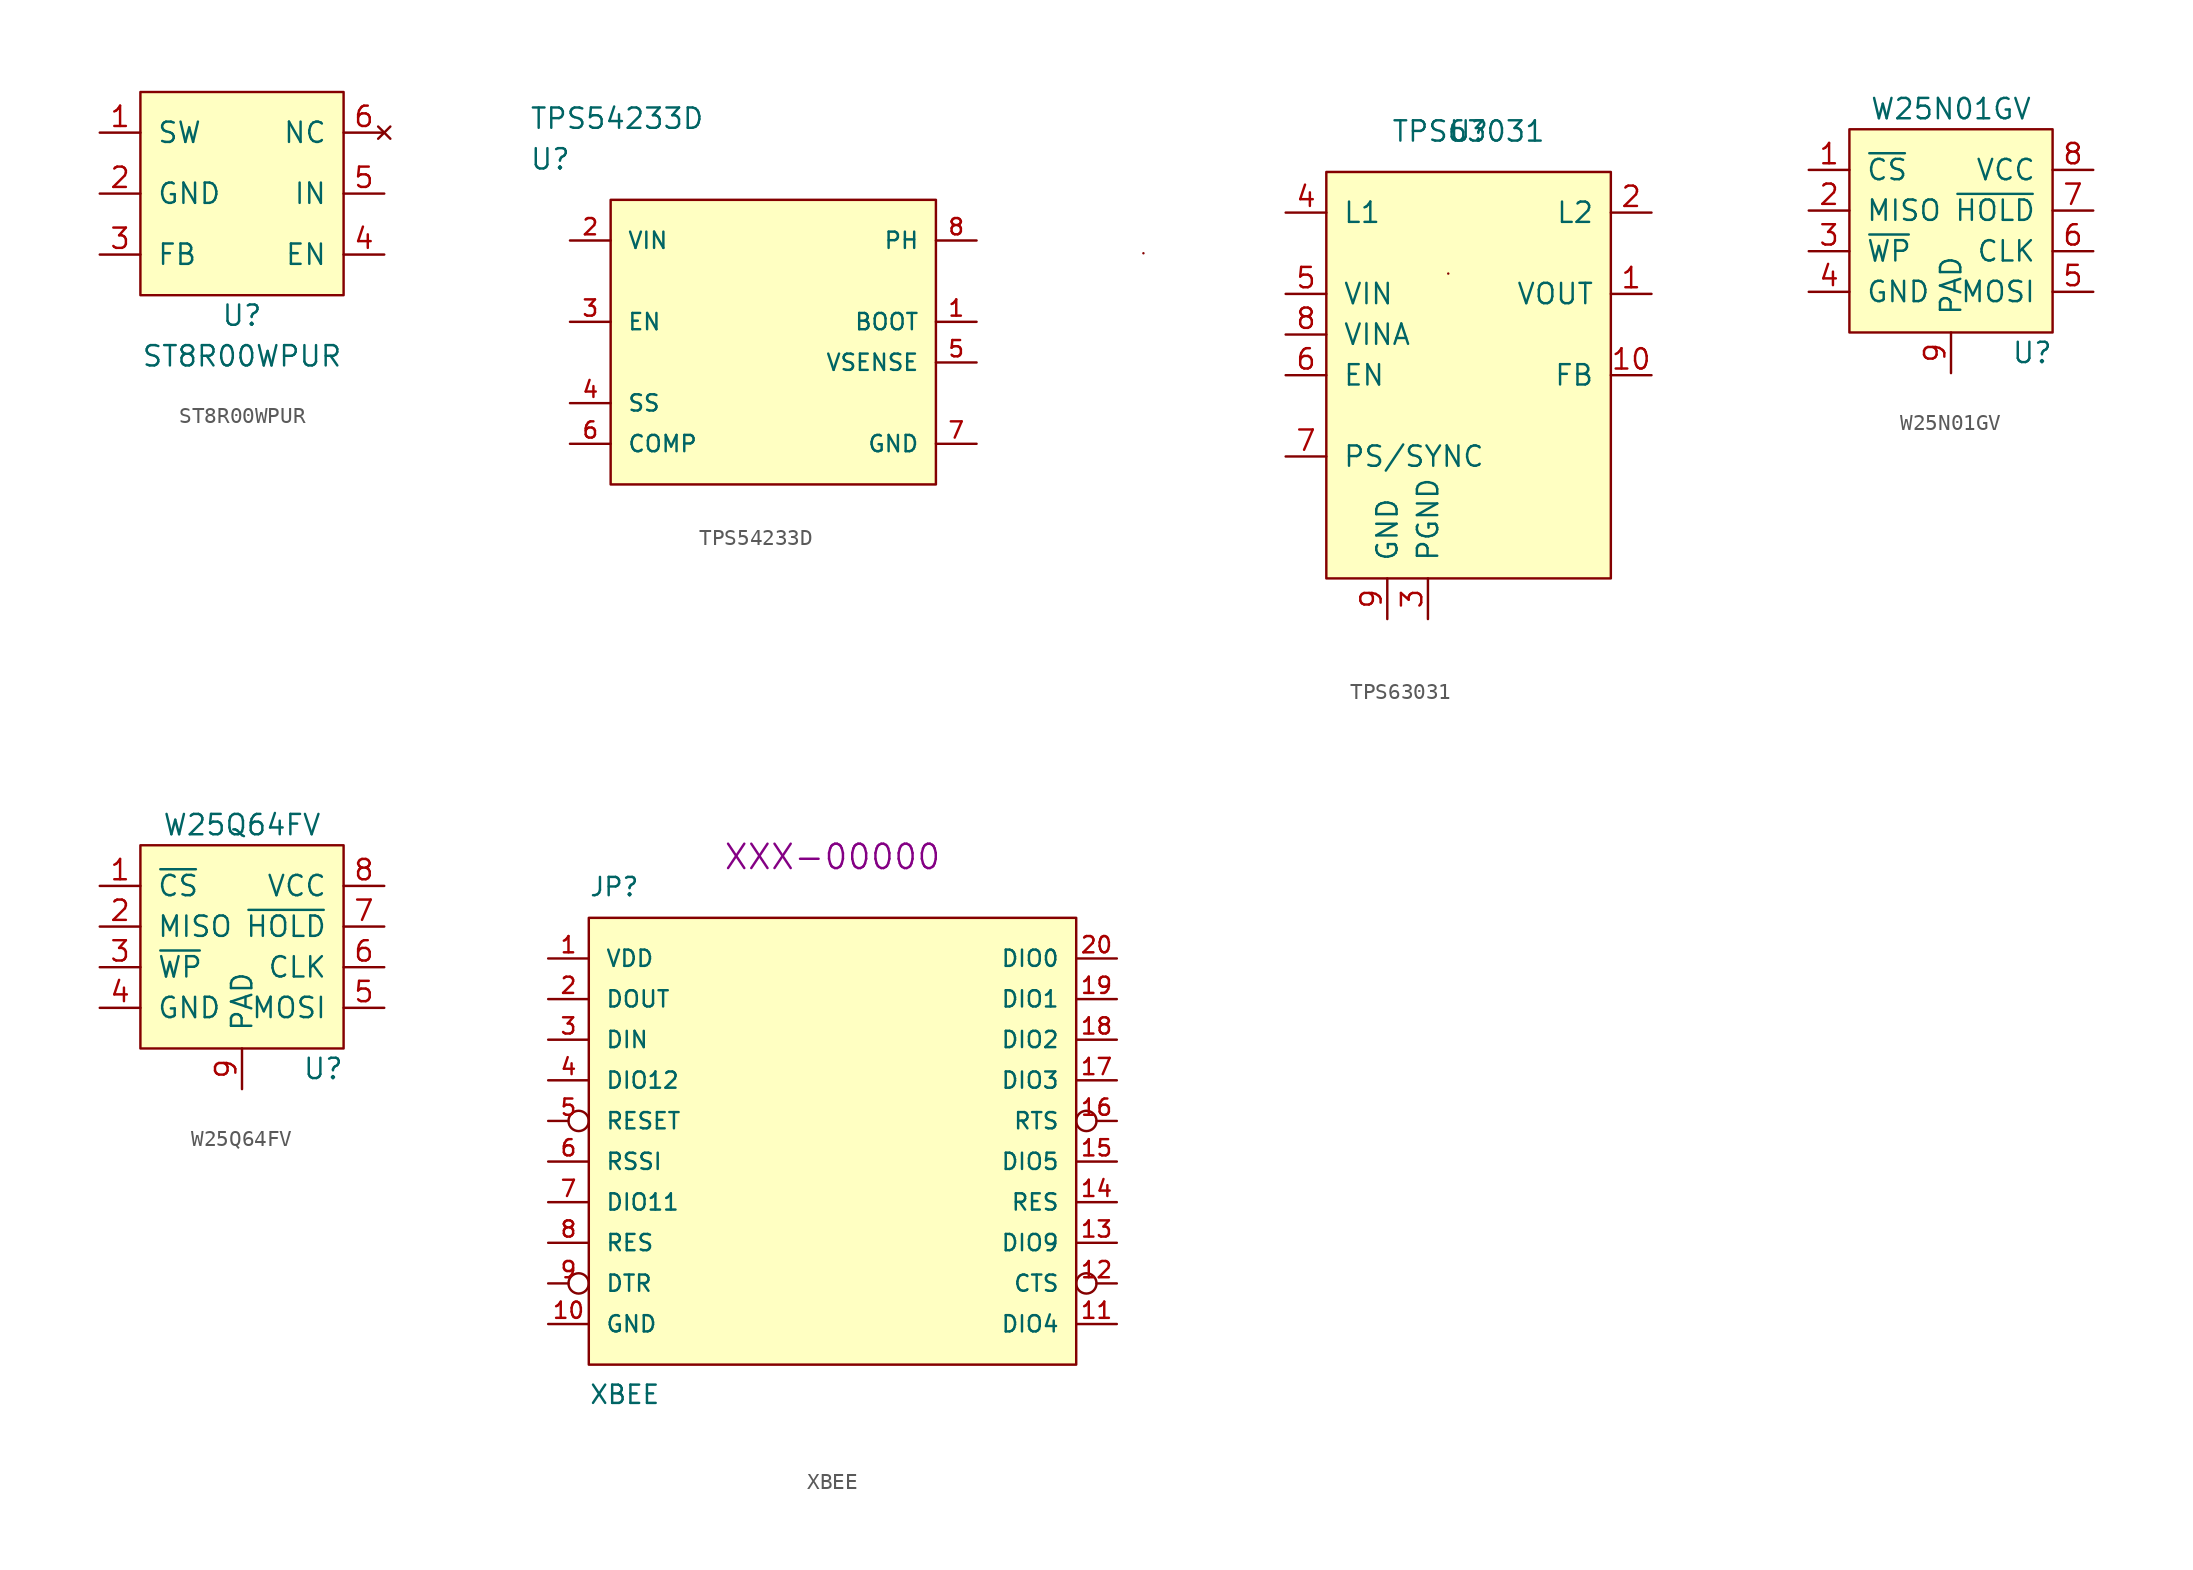
<source format=kicad_sym>
(kicad_symbol_lib
  (version 20211014)
  (generator kicad_symbol_editor)
  (symbol "ST8R00WPUR"
    (pin_names
      (offset 1.016))
    (property "Reference" "U"
      (at 0 -1.27 0)
      (effects (font (size 1.27 1.27))))
    (property "Value" "ST8R00WPUR"
      (at 0 -3.81 0)
      (effects (font (size 1.27 1.27))))
    (symbol "ST8R00WPUR_0_1"
      (rectangle (start -6.35 12.7) (end 6.35 0) (stroke (width 0) (type default) (color 0 0 0 0)) (fill (type background))))
    (symbol "ST8R00WPUR_1_1"
      (pin output line (at -8.89 10.16 0) (length 2.54) (name "SW" (effects (font (size 1.27 1.27)))) (number "1" (effects (font (size 1.27 1.27)))))
      (pin output line (at -8.89 6.35 0) (length 2.54) (name "GND" (effects (font (size 1.27 1.27)))) (number "2" (effects (font (size 1.27 1.27)))))
      (pin output line (at -8.89 2.54 0) (length 2.54) (name "FB" (effects (font (size 1.27 1.27)))) (number "3" (effects (font (size 1.27 1.27)))))
      (pin input line (at 8.89 2.54 180) (length 2.54) (name "EN" (effects (font (size 1.27 1.27)))) (number "4" (effects (font (size 1.27 1.27)))))
      (pin input line (at 8.89 6.35 180) (length 2.54) (name "IN" (effects (font (size 1.27 1.27)))) (number "5" (effects (font (size 1.27 1.27)))))
      (pin no_connect line (at 8.89 10.16 180) (length 2.54) (name "NC" (effects (font (size 1.27 1.27)))) (number "6" (effects (font (size 1.27 1.27)))))))
  (symbol "TPS54233D"
    (pin_names
      (offset 1.016))
    (property "Reference" "U"
      (at 0 5.08 0)
      (effects (font (size 1.27 1.27)) (justify left)))
    (property "Value" "TPS54233D"
      (at 0 7.62 0)
      (effects (font (size 1.27 1.27)) (justify left)))
    (property "ki_locked" ""
      (at 0 0 0)
      (effects (font (size 1.27 1.27))))
    (symbol "TPS54233D_1_1"
      (rectangle (start 5.08 2.54) (end 25.4 -15.24) (stroke (width 0) (type default) (color 0 0 0 0)) (fill (type background)))
      (pin passive line (at 27.94 -5.08 180) (length 2.54) (name "BOOT" (effects (font (size 1.016 1.016)))) (number "1" (effects (font (size 1.016 1.016)))))
      (pin power_in line (at 2.54 0 0) (length 2.54) (name "VIN" (effects (font (size 1.016 1.016)))) (number "2" (effects (font (size 1.016 1.016)))))
      (pin input line (at 2.54 -5.08 0) (length 2.54) (name "EN" (effects (font (size 1.016 1.016)))) (number "3" (effects (font (size 1.016 1.016)))))
      (pin input line (at 2.54 -10.16 0) (length 2.54) (name "SS" (effects (font (size 1.016 1.016)))) (number "4" (effects (font (size 1.016 1.016)))))
      (pin input line (at 27.94 -7.62 180) (length 2.54) (name "VSENSE" (effects (font (size 1.016 1.016)))) (number "5" (effects (font (size 1.016 1.016)))))
      (pin passive line (at 2.54 -12.7 0) (length 2.54) (name "COMP" (effects (font (size 1.016 1.016)))) (number "6" (effects (font (size 1.016 1.016)))))
      (pin power_in line (at 27.94 -12.7 180) (length 2.54) (name "GND" (effects (font (size 1.016 1.016)))) (number "7" (effects (font (size 1.016 1.016)))))
      (pin power_in line (at 27.94 0 180) (length 2.54) (name "PH" (effects (font (size 1.016 1.016)))) (number "8" (effects (font (size 1.016 1.016)))))))
  (symbol "TPS63031"
    (pin_names
      (offset 1.016))
    (property "Reference" "U"
      (at 0 15.24 0)
      (effects (font (size 1.27 1.27))))
    (property "Value" "TPS63031"
      (at 0 15.24 0)
      (effects (font (size 1.27 1.27))))
    (symbol "TPS63031_0_1"
      (rectangle (start -20.32 7.62) (end -20.32 7.62) (stroke (width 0) (type default) (color 0 0 0 0)) (fill (type none)))
      (rectangle (start -8.89 12.7) (end 8.89 -12.7) (stroke (width 0) (type default) (color 0 0 0 0)) (fill (type background)))
      (rectangle (start -1.27 6.35) (end -1.27 6.35) (stroke (width 0) (type default) (color 0 0 0 0)) (fill (type none))))
    (symbol "TPS63031_1_1"
      (pin output line (at 11.43 5.08 180) (length 2.54) (name "VOUT" (effects (font (size 1.27 1.27)))) (number "1" (effects (font (size 1.27 1.27)))))
      (pin output line (at 11.43 0 180) (length 2.54) (name "FB" (effects (font (size 1.27 1.27)))) (number "10" (effects (font (size 1.27 1.27)))))
      (pin unspecified line (at 11.43 10.16 180) (length 2.54) (name "L2" (effects (font (size 1.27 1.27)))) (number "2" (effects (font (size 1.27 1.27)))))
      (pin output line (at -2.54 -15.24 90) (length 2.54) (name "PGND" (effects (font (size 1.27 1.27)))) (number "3" (effects (font (size 1.27 1.27)))))
      (pin unspecified line (at -11.43 10.16 0) (length 2.54) (name "L1" (effects (font (size 1.27 1.27)))) (number "4" (effects (font (size 1.27 1.27)))))
      (pin input line (at -11.43 5.08 0) (length 2.54) (name "VIN" (effects (font (size 1.27 1.27)))) (number "5" (effects (font (size 1.27 1.27)))))
      (pin input line (at -11.43 0 0) (length 2.54) (name "EN" (effects (font (size 1.27 1.27)))) (number "6" (effects (font (size 1.27 1.27)))))
      (pin input line (at -11.43 -5.08 0) (length 2.54) (name "PS/SYNC" (effects (font (size 1.27 1.27)))) (number "7" (effects (font (size 1.27 1.27)))))
      (pin input line (at -11.43 2.54 0) (length 2.54) (name "VINA" (effects (font (size 1.27 1.27)))) (number "8" (effects (font (size 1.27 1.27)))))
      (pin output line (at -5.08 -15.24 90) (length 2.54) (name "GND" (effects (font (size 1.27 1.27)))) (number "9" (effects (font (size 1.27 1.27)))))))
  (symbol "W25N01GV"
    (pin_names
      (offset 1.016))
    (property "Reference" "U"
      (at 5.08 -7.62 0)
      (effects (font (size 1.27 1.27))))
    (property "Value" "W25N01GV"
      (at 0 7.62 0)
      (effects (font (size 1.27 1.27))))
    (symbol "W25N01GV_0_1"
      (rectangle (start -6.35 6.35) (end 6.35 -6.35) (stroke (width 0) (type default) (color 0 0 0 0)) (fill (type background))))
    (symbol "W25N01GV_1_1"
      (pin input line (at -8.89 3.81 0) (length 2.54) (name "~{CS}" (effects (font (size 1.27 1.27)))) (number "1" (effects (font (size 1.27 1.27)))))
      (pin output line (at -8.89 1.27 0) (length 2.54) (name "MISO" (effects (font (size 1.27 1.27)))) (number "2" (effects (font (size 1.27 1.27)))))
      (pin input line (at -8.89 -1.27 0) (length 2.54) (name "~{WP}" (effects (font (size 1.27 1.27)))) (number "3" (effects (font (size 1.27 1.27)))))
      (pin power_in line (at -8.89 -3.81 0) (length 2.54) (name "GND" (effects (font (size 1.27 1.27)))) (number "4" (effects (font (size 1.27 1.27)))))
      (pin input line (at 8.89 -3.81 180) (length 2.54) (name "MOSI" (effects (font (size 1.27 1.27)))) (number "5" (effects (font (size 1.27 1.27)))))
      (pin input line (at 8.89 -1.27 180) (length 2.54) (name "CLK" (effects (font (size 1.27 1.27)))) (number "6" (effects (font (size 1.27 1.27)))))
      (pin input line (at 8.89 1.27 180) (length 2.54) (name "~{HOLD}" (effects (font (size 1.27 1.27)))) (number "7" (effects (font (size 1.27 1.27)))))
      (pin power_in line (at 8.89 3.81 180) (length 2.54) (name "VCC" (effects (font (size 1.27 1.27)))) (number "8" (effects (font (size 1.27 1.27)))))
      (pin input line (at 0 -8.89 90) (length 2.54) (name "PAD" (effects (font (size 1.27 1.27)))) (number "9" (effects (font (size 1.27 1.27)))))))
  (symbol "W25Q64FV"
    (pin_names
      (offset 1.016))
    (property "Reference" "U"
      (at 5.08 -7.62 0)
      (effects (font (size 1.27 1.27))))
    (property "Value" "W25Q64FV"
      (at 0 7.62 0)
      (effects (font (size 1.27 1.27))))
    (symbol "W25Q64FV_0_1"
      (rectangle (start -6.35 6.35) (end 6.35 -6.35) (stroke (width 0) (type default) (color 0 0 0 0)) (fill (type background))))
    (symbol "W25Q64FV_1_1"
      (pin input line (at -8.89 3.81 0) (length 2.54) (name "~{CS}" (effects (font (size 1.27 1.27)))) (number "1" (effects (font (size 1.27 1.27)))))
      (pin output line (at -8.89 1.27 0) (length 2.54) (name "MISO" (effects (font (size 1.27 1.27)))) (number "2" (effects (font (size 1.27 1.27)))))
      (pin input line (at -8.89 -1.27 0) (length 2.54) (name "~{WP}" (effects (font (size 1.27 1.27)))) (number "3" (effects (font (size 1.27 1.27)))))
      (pin power_in line (at -8.89 -3.81 0) (length 2.54) (name "GND" (effects (font (size 1.27 1.27)))) (number "4" (effects (font (size 1.27 1.27)))))
      (pin input line (at 8.89 -3.81 180) (length 2.54) (name "MOSI" (effects (font (size 1.27 1.27)))) (number "5" (effects (font (size 1.27 1.27)))))
      (pin input line (at 8.89 -1.27 180) (length 2.54) (name "CLK" (effects (font (size 1.27 1.27)))) (number "6" (effects (font (size 1.27 1.27)))))
      (pin input line (at 8.89 1.27 180) (length 2.54) (name "~{HOLD}" (effects (font (size 1.27 1.27)))) (number "7" (effects (font (size 1.27 1.27)))))
      (pin power_in line (at 8.89 3.81 180) (length 2.54) (name "VCC" (effects (font (size 1.27 1.27)))) (number "8" (effects (font (size 1.27 1.27)))))
      (pin input line (at 0 -8.89 90) (length 2.54) (name "PAD" (effects (font (size 1.27 1.27)))) (number "9" (effects (font (size 1.27 1.27)))))))
  (symbol "XBEE"
    (pin_names
      (offset 1.016))
    (property "Reference" "JP"
      (at -15.24 13.97 0)
      (effects (font (size 1.143 1.143)) (justify left bottom)))
    (property "Value" "XBEE"
      (at -15.24 -17.78 0)
      (effects (font (size 1.143 1.143)) (justify left bottom)))
    (property "Field4" "XXX-00000"
      (at 0 16.51 0)
      (effects (font (size 1.524 1.524))))
    (property "ki_locked" ""
      (at 0 0 0)
      (effects (font (size 1.27 1.27))))
    (symbol "XBEE_1_1"
      (polyline (pts (xy -15.24 12.7) (xy 15.24 12.7) (xy 15.24 -15.24) (xy -15.24 -15.24) (xy -15.24 12.7)) (stroke (width 0) (type default) (color 0 0 0 0)) (fill (type background)))
      (pin power_in line (at -17.78 10.16 0) (length 2.54) (name "VDD" (effects (font (size 1.016 1.016)))) (number "1" (effects (font (size 1.016 1.016)))))
      (pin power_in line (at -17.78 -12.7 0) (length 2.54) (name "GND" (effects (font (size 1.016 1.016)))) (number "10" (effects (font (size 1.016 1.016)))))
      (pin bidirectional line (at 17.78 -12.7 180) (length 2.54) (name "DIO4" (effects (font (size 1.016 1.016)))) (number "11" (effects (font (size 1.016 1.016)))))
      (pin output inverted (at 17.78 -10.16 180) (length 2.54) (name "CTS" (effects (font (size 1.016 1.016)))) (number "12" (effects (font (size 1.016 1.016)))))
      (pin bidirectional line (at 17.78 -7.62 180) (length 2.54) (name "DIO9" (effects (font (size 1.016 1.016)))) (number "13" (effects (font (size 1.016 1.016)))))
      (pin bidirectional line (at 17.78 -5.08 180) (length 2.54) (name "RES" (effects (font (size 1.016 1.016)))) (number "14" (effects (font (size 1.016 1.016)))))
      (pin bidirectional line (at 17.78 -2.54 180) (length 2.54) (name "DIO5" (effects (font (size 1.016 1.016)))) (number "15" (effects (font (size 1.016 1.016)))))
      (pin input inverted (at 17.78 0 180) (length 2.54) (name "RTS" (effects (font (size 1.016 1.016)))) (number "16" (effects (font (size 1.016 1.016)))))
      (pin bidirectional line (at 17.78 2.54 180) (length 2.54) (name "DIO3" (effects (font (size 1.016 1.016)))) (number "17" (effects (font (size 1.016 1.016)))))
      (pin bidirectional line (at 17.78 5.08 180) (length 2.54) (name "DIO2" (effects (font (size 1.016 1.016)))) (number "18" (effects (font (size 1.016 1.016)))))
      (pin bidirectional line (at 17.78 7.62 180) (length 2.54) (name "DIO1" (effects (font (size 1.016 1.016)))) (number "19" (effects (font (size 1.016 1.016)))))
      (pin output line (at -17.78 7.62 0) (length 2.54) (name "DOUT" (effects (font (size 1.016 1.016)))) (number "2" (effects (font (size 1.016 1.016)))))
      (pin bidirectional line (at 17.78 10.16 180) (length 2.54) (name "DIO0" (effects (font (size 1.016 1.016)))) (number "20" (effects (font (size 1.016 1.016)))))
      (pin input line (at -17.78 5.08 0) (length 2.54) (name "DIN" (effects (font (size 1.016 1.016)))) (number "3" (effects (font (size 1.016 1.016)))))
      (pin bidirectional line (at -17.78 2.54 0) (length 2.54) (name "DIO12" (effects (font (size 1.016 1.016)))) (number "4" (effects (font (size 1.016 1.016)))))
      (pin input inverted (at -17.78 0 0) (length 2.54) (name "RESET" (effects (font (size 1.016 1.016)))) (number "5" (effects (font (size 1.016 1.016)))))
      (pin bidirectional line (at -17.78 -2.54 0) (length 2.54) (name "RSSI" (effects (font (size 1.016 1.016)))) (number "6" (effects (font (size 1.016 1.016)))))
      (pin bidirectional line (at -17.78 -5.08 0) (length 2.54) (name "DIO11" (effects (font (size 1.016 1.016)))) (number "7" (effects (font (size 1.016 1.016)))))
      (pin bidirectional line (at -17.78 -7.62 0) (length 2.54) (name "RES" (effects (font (size 1.016 1.016)))) (number "8" (effects (font (size 1.016 1.016)))))
      (pin bidirectional inverted (at -17.78 -10.16 0) (length 2.54) (name "DTR" (effects (font (size 1.016 1.016)))) (number "9" (effects (font (size 1.016 1.016))))))))
</source>
